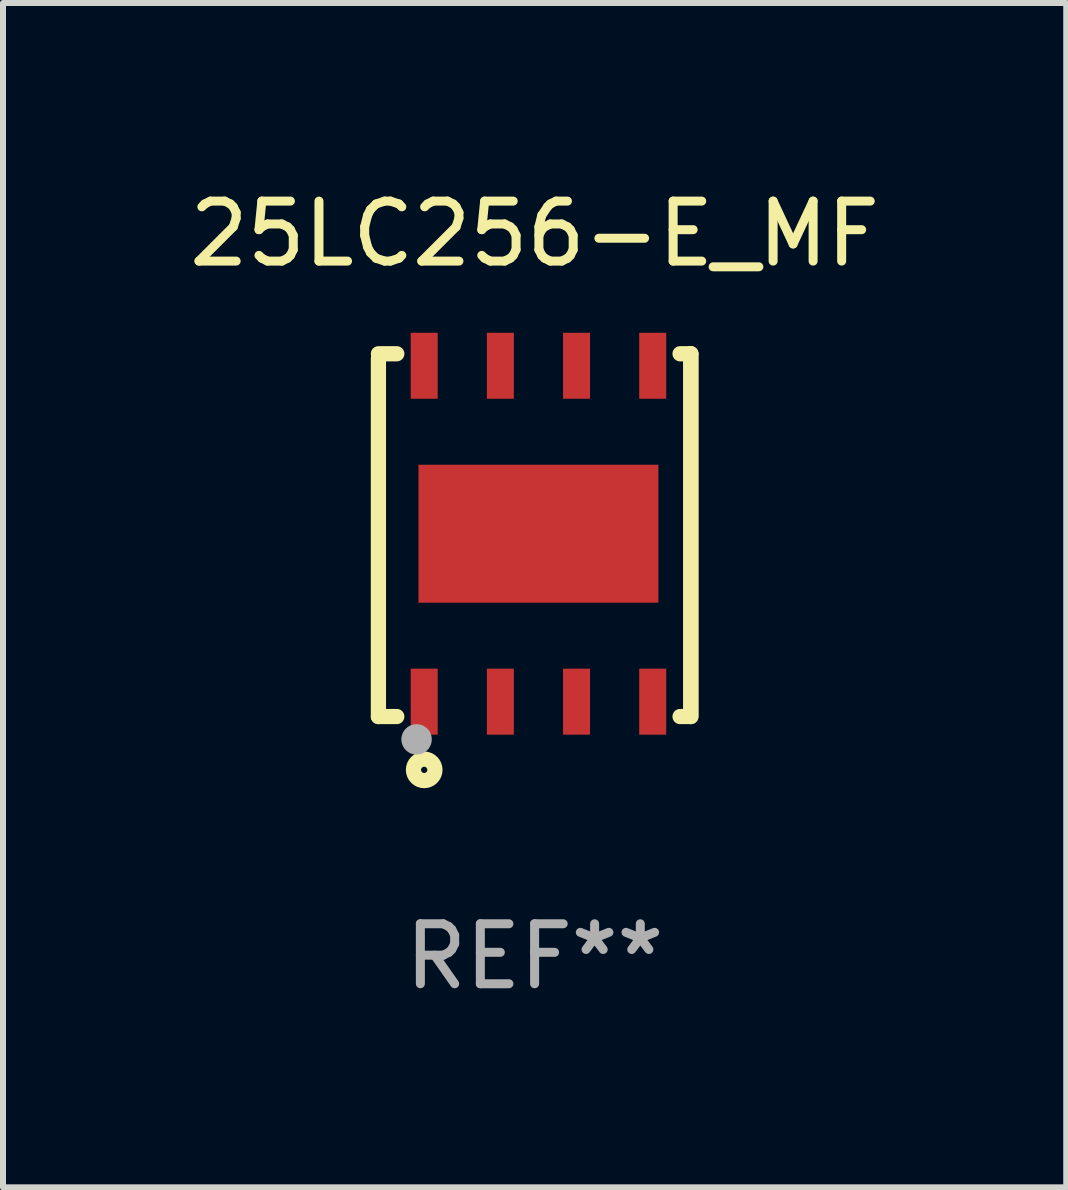
<source format=kicad_pcb>
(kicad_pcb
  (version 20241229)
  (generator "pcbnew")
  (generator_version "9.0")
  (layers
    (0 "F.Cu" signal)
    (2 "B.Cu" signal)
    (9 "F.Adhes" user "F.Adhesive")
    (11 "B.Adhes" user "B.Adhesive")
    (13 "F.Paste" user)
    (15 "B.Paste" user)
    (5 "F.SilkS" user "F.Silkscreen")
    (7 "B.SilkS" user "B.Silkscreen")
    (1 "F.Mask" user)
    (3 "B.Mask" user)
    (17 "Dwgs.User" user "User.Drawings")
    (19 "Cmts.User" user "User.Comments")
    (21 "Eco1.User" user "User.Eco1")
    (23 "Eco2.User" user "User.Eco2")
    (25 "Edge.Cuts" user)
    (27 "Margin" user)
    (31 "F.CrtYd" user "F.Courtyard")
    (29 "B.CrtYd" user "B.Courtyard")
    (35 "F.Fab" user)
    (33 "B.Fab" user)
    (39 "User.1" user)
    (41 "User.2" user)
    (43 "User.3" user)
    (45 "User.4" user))
  (footprint "25LC256-E_MF"
    (layer "F.Cu")
    (at 5.863 5.872)
    (property "Reference" "25LC256-E_MF" (at 0 -5.024 0) (layer "F.SilkS") (effects (font (size 1 1) (thickness 0.15))))
    (attr through_hole)
    (fp_line (start -2.604 -2.945) (end -2.604 3.024) (stroke (width 0.254) (type solid)) (layer "F.SilkS"))
    (fp_line (start -2.604 3.024) (end -2.298 3.024) (stroke (width 0.254) (type solid)) (layer "F.SilkS"))
    (fp_line (start -2.298 -3.024) (end -2.604 -3.024) (stroke (width 0.254) (type solid)) (layer "F.SilkS"))
    (fp_line (start 2.425 3.024) (end 2.604 3.024) (stroke (width 0.254) (type solid)) (layer "F.SilkS"))
    (fp_line (start 2.604 -3.024) (end 2.425 -3.024) (stroke (width 0.254) (type solid)) (layer "F.SilkS"))
    (fp_line (start 2.604 -3.024) (end 2.604 2.976) (stroke (width 0.254) (type solid)) (layer "F.SilkS"))
    (fp_line (start 2.604 3.024) (end 2.604 -3.024) (stroke (width 0.254) (type solid)) (layer "F.SilkS"))
    (fp_circle (center -2.436 2.976) (end -2.406 2.976) (stroke (width 0.06) (type solid)) (fill no) (layer "F.SilkS"))
    (fp_circle (center -1.841 3.913) (end -1.662 3.913) (stroke (width 0.254) (type solid)) (fill no) (layer "F.SilkS"))
    (fp_circle (center -1.968 3.405) (end -1.841 3.405) (stroke (width 0.254) (type solid)) (fill no) (layer "F.Fab"))
    (fp_text user "REF**" (at 0 7.024 0) (layer "F.Fab") (effects (font (size 1 1) (thickness 0.15))))
    (pad "1" smd rect (at -1.841 2.776) (size 0.45 1.1) (layers "F.Cu" "F.Mask" "F.Paste"))
    (pad "2" smd rect (at -0.571 2.776) (size 0.45 1.1) (layers "F.Cu" "F.Mask" "F.Paste"))
    (pad "3" smd rect (at 0.699 2.776) (size 0.45 1.1) (layers "F.Cu" "F.Mask" "F.Paste"))
    (pad "4" smd rect (at 1.969 2.776) (size 0.45 1.1) (layers "F.Cu" "F.Mask" "F.Paste"))
    (pad "5" smd rect (at 1.969 -2.824) (size 0.45 1.1) (layers "F.Cu" "F.Mask" "F.Paste"))
    (pad "6" smd rect (at 0.699 -2.824) (size 0.45 1.1) (layers "F.Cu" "F.Mask" "F.Paste"))
    (pad "7" smd rect (at -0.571 -2.824) (size 0.45 1.1) (layers "F.Cu" "F.Mask" "F.Paste"))
    (pad "8" smd rect (at -1.841 -2.824) (size 0.45 1.1) (layers "F.Cu" "F.Mask" "F.Paste"))
    (pad "9" smd rect (at 0.064 -0.024) (size 4 2.3) (layers "F.Cu" "F.Mask" "F.Paste")))
  (gr_rect
    (start -3 -3)
    (end 14.726 16.745)
    (stroke (width 0.1) (type default))
    (fill no)
    (layer "Edge.Cuts")))
</source>
